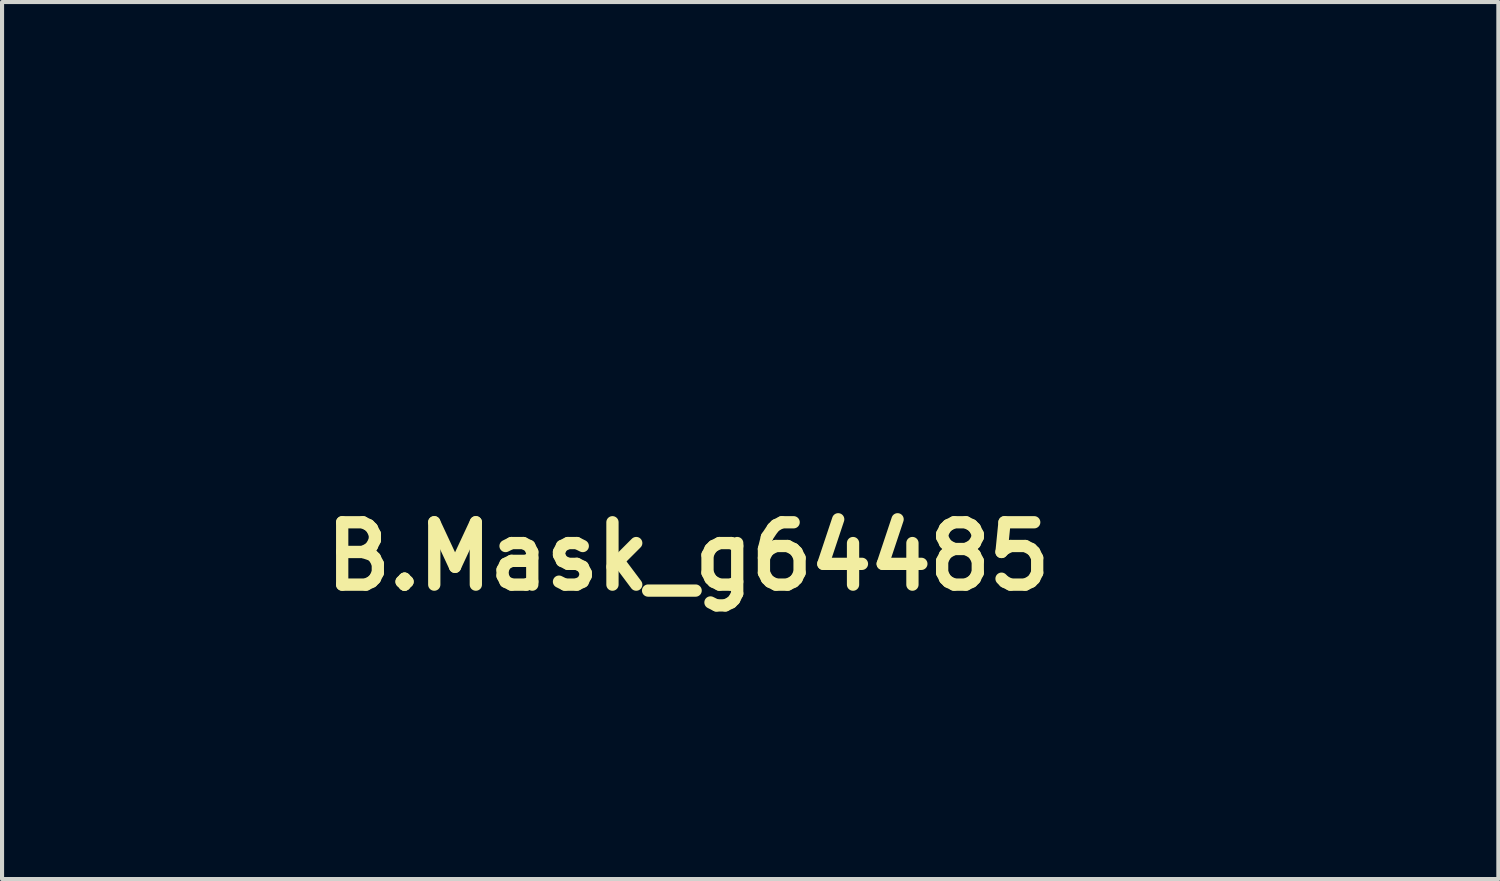
<source format=kicad_pcb>
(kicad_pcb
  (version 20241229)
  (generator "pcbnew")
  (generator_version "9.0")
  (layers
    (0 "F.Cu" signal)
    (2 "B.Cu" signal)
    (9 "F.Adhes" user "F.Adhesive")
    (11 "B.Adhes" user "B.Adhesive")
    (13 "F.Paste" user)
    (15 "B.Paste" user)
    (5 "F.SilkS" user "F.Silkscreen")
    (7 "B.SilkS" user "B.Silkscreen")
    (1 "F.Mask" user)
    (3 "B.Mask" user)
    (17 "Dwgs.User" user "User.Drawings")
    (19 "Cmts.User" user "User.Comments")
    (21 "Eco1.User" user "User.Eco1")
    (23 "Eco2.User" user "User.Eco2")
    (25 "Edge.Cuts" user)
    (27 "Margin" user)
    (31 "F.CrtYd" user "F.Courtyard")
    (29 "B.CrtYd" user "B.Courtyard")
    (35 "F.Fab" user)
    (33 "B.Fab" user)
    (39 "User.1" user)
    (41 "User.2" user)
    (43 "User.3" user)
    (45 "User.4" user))
  (footprint "B.Mask_g64485"
    (layer "F.Cu")
    (at 13.766 10.546)
    (property "Reference" "B.Mask_g64485" (at 0 0 0) (layer "F.SilkS") (effects (font (size 1.524 1.524) (thickness 0.3))))
    (attr through_hole)
    (fp_poly (pts (xy -7.018 -9.202) (xy -6.816 -9.146) (xy -6.555 -9.033) (xy -6.267 -8.891) (xy -5.501 -8.412) (xy -4.798 -7.779) (xy -4.161 -6.997) (xy -3.593 -6.069) (xy -3.098 -5.001) (xy -2.823 -4.253) (xy -2.595 -3.444) (xy -2.477 -2.675) (xy -2.469 -1.912) (xy -2.573 -1.119) (xy -2.79 -0.262) (xy -3.006 0.387) (xy -3.232 0.982) (xy -3.433 1.44) (xy -3.626 1.788) (xy -3.827 2.054) (xy -4.051 2.265) (xy -4.129 2.325) (xy -4.291 2.442) (xy -4.428 2.536) (xy -4.566 2.621) (xy -4.731 2.707) (xy -4.948 2.808) (xy -5.242 2.936) (xy -5.639 3.103) (xy -6.164 3.322) (xy -6.223 3.346) (xy -7.147 3.723) (xy -7.947 4.032) (xy -8.651 4.279) (xy -9.287 4.472) (xy -9.882 4.617) (xy -10.463 4.723) (xy -11.059 4.796) (xy -11.697 4.843) (xy -12.002 4.858) (xy -12.44 4.875) (xy -12.741 4.879) (xy -12.939 4.866) (xy -13.065 4.833) (xy -13.153 4.777) (xy -13.204 4.726) (xy -13.337 4.5) (xy -13.46 4.137) (xy -13.568 3.67) (xy -13.656 3.132) (xy -13.721 2.554) (xy -13.757 1.97) (xy -13.761 1.413) (xy -13.729 0.913) (xy -13.725 0.885) (xy -13.669 0.504) (xy -13.578 -0.021) (xy -13.456 -0.67) (xy -13.396 -0.973) (xy -12.104 -0.973) (xy -12.052 -0.5) (xy -11.945 -0.187) (xy -11.609 0.299) (xy -11.18 0.651) (xy -10.681 0.861) (xy -10.131 0.921) (xy -9.554 0.823) (xy -9.401 0.771) (xy -8.775 0.452) (xy -8.251 0.022) (xy -7.838 -0.495) (xy -7.542 -1.077) (xy -7.369 -1.701) (xy -7.326 -2.345) (xy -7.42 -2.986) (xy -7.658 -3.602) (xy -7.959 -4.064) (xy -8.35 -4.435) (xy -8.811 -4.658) (xy -9.322 -4.724) (xy -9.451 -4.716) (xy -10.079 -4.57) (xy -10.639 -4.274) (xy -11.124 -3.835) (xy -11.525 -3.262) (xy -11.836 -2.563) (xy -11.969 -2.111) (xy -12.077 -1.523) (xy -12.104 -0.973) (xy -13.396 -0.973) (xy -13.307 -1.423) (xy -13.135 -2.26) (xy -12.943 -3.16) (xy -12.737 -4.103) (xy -12.727 -4.149) (xy -12.453 -5.205) (xy -12.137 -6.108) (xy -11.779 -6.856) (xy -11.381 -7.445) (xy -11.124 -7.721) (xy -10.843 -7.928) (xy -10.433 -8.158) (xy -9.932 -8.397) (xy -9.376 -8.63) (xy -8.801 -8.841) (xy -8.246 -9.017) (xy -7.746 -9.143) (xy -7.445 -9.193) (xy -7.211 -9.213) (xy -7.018 -9.202)) (stroke (width 0.01) (type solid)) (fill yes) (layer "B.Mask"))
    (fp_poly (pts (xy 10.88 -10.539) (xy 11.54 -10.527) (xy 12.075 -10.489) (xy 12.524 -10.416) (xy 12.93 -10.301) (xy 13.335 -10.135) (xy 13.567 -10.023) (xy 14.145 -9.642) (xy 14.693 -9.105) (xy 15.203 -8.426) (xy 15.665 -7.616) (xy 16.071 -6.688) (xy 16.237 -6.223) (xy 16.506 -5.33) (xy 16.687 -4.506) (xy 16.781 -3.708) (xy 16.791 -2.896) (xy 16.719 -2.026) (xy 16.567 -1.057) (xy 16.518 -0.804) (xy 16.347 0.031) (xy 16.181 0.768) (xy 16.026 1.388) (xy 15.885 1.873) (xy 15.779 2.17) (xy 15.57 2.495) (xy 15.218 2.829) (xy 14.75 3.155) (xy 14.19 3.456) (xy 13.564 3.716) (xy 13.428 3.763) (xy 13.087 3.842) (xy 12.627 3.9) (xy 12.097 3.936) (xy 11.546 3.949) (xy 11.023 3.936) (xy 10.577 3.897) (xy 10.366 3.86) (xy 9.81 3.703) (xy 9.184 3.479) (xy 8.545 3.211) (xy 7.952 2.925) (xy 7.464 2.645) (xy 7.437 2.627) (xy 7.081 2.366) (xy 6.684 2.033) (xy 6.312 1.685) (xy 6.187 1.555) (xy 5.924 1.261) (xy 5.702 0.976) (xy 5.494 0.661) (xy 5.276 0.277) (xy 5.021 -0.216) (xy 4.97 -0.318) (xy 4.36 -1.541) (xy 4.36 -2.951) (xy 4.361 -3.472) (xy 4.363 -3.568) (xy 9.343 -3.568) (xy 9.426 -2.911) (xy 9.67 -2.109) (xy 10.034 -1.404) (xy 10.51 -0.81) (xy 11.084 -0.339) (xy 11.748 -0.002) (xy 12.112 0.113) (xy 12.458 0.184) (xy 12.709 0.175) (xy 12.929 0.068) (xy 13.177 -0.155) (xy 13.224 -0.203) (xy 13.577 -0.586) (xy 13.839 -0.931) (xy 14.022 -1.275) (xy 14.138 -1.652) (xy 14.199 -2.099) (xy 14.217 -2.653) (xy 14.211 -3.137) (xy 14.181 -4.36) (xy 13.845 -4.995) (xy 13.535 -5.498) (xy 13.162 -5.967) (xy 12.758 -6.371) (xy 12.357 -6.674) (xy 12.083 -6.814) (xy 11.801 -6.904) (xy 11.584 -6.92) (xy 11.356 -6.871) (xy 10.862 -6.638) (xy 10.406 -6.256) (xy 10.003 -5.743) (xy 9.672 -5.117) (xy 9.58 -4.888) (xy 9.391 -4.215) (xy 9.343 -3.568) (xy 4.363 -3.568) (xy 4.367 -3.859) (xy 4.383 -4.148) (xy 4.413 -4.373) (xy 4.462 -4.57) (xy 4.534 -4.774) (xy 4.631 -5.012) (xy 4.819 -5.429) (xy 5.073 -5.946) (xy 5.372 -6.521) (xy 5.692 -7.11) (xy 6.009 -7.67) (xy 6.301 -8.159) (xy 6.4 -8.316) (xy 6.604 -8.61) (xy 6.811 -8.844) (xy 7.065 -9.06) (xy 7.413 -9.303) (xy 7.511 -9.367) (xy 7.921 -9.622) (xy 8.375 -9.889) (xy 8.795 -10.123) (xy 8.932 -10.195) (xy 9.61 -10.541) (xy 10.88 -10.539)) (stroke (width 0.01) (type solid)) (fill yes) (layer "B.Mask")))
  (gr_rect
    (start -3 -3)
    (end 33.562 18.43)
    (stroke (width 0.1) (type default))
    (fill no)
    (layer "Edge.Cuts")))
</source>
